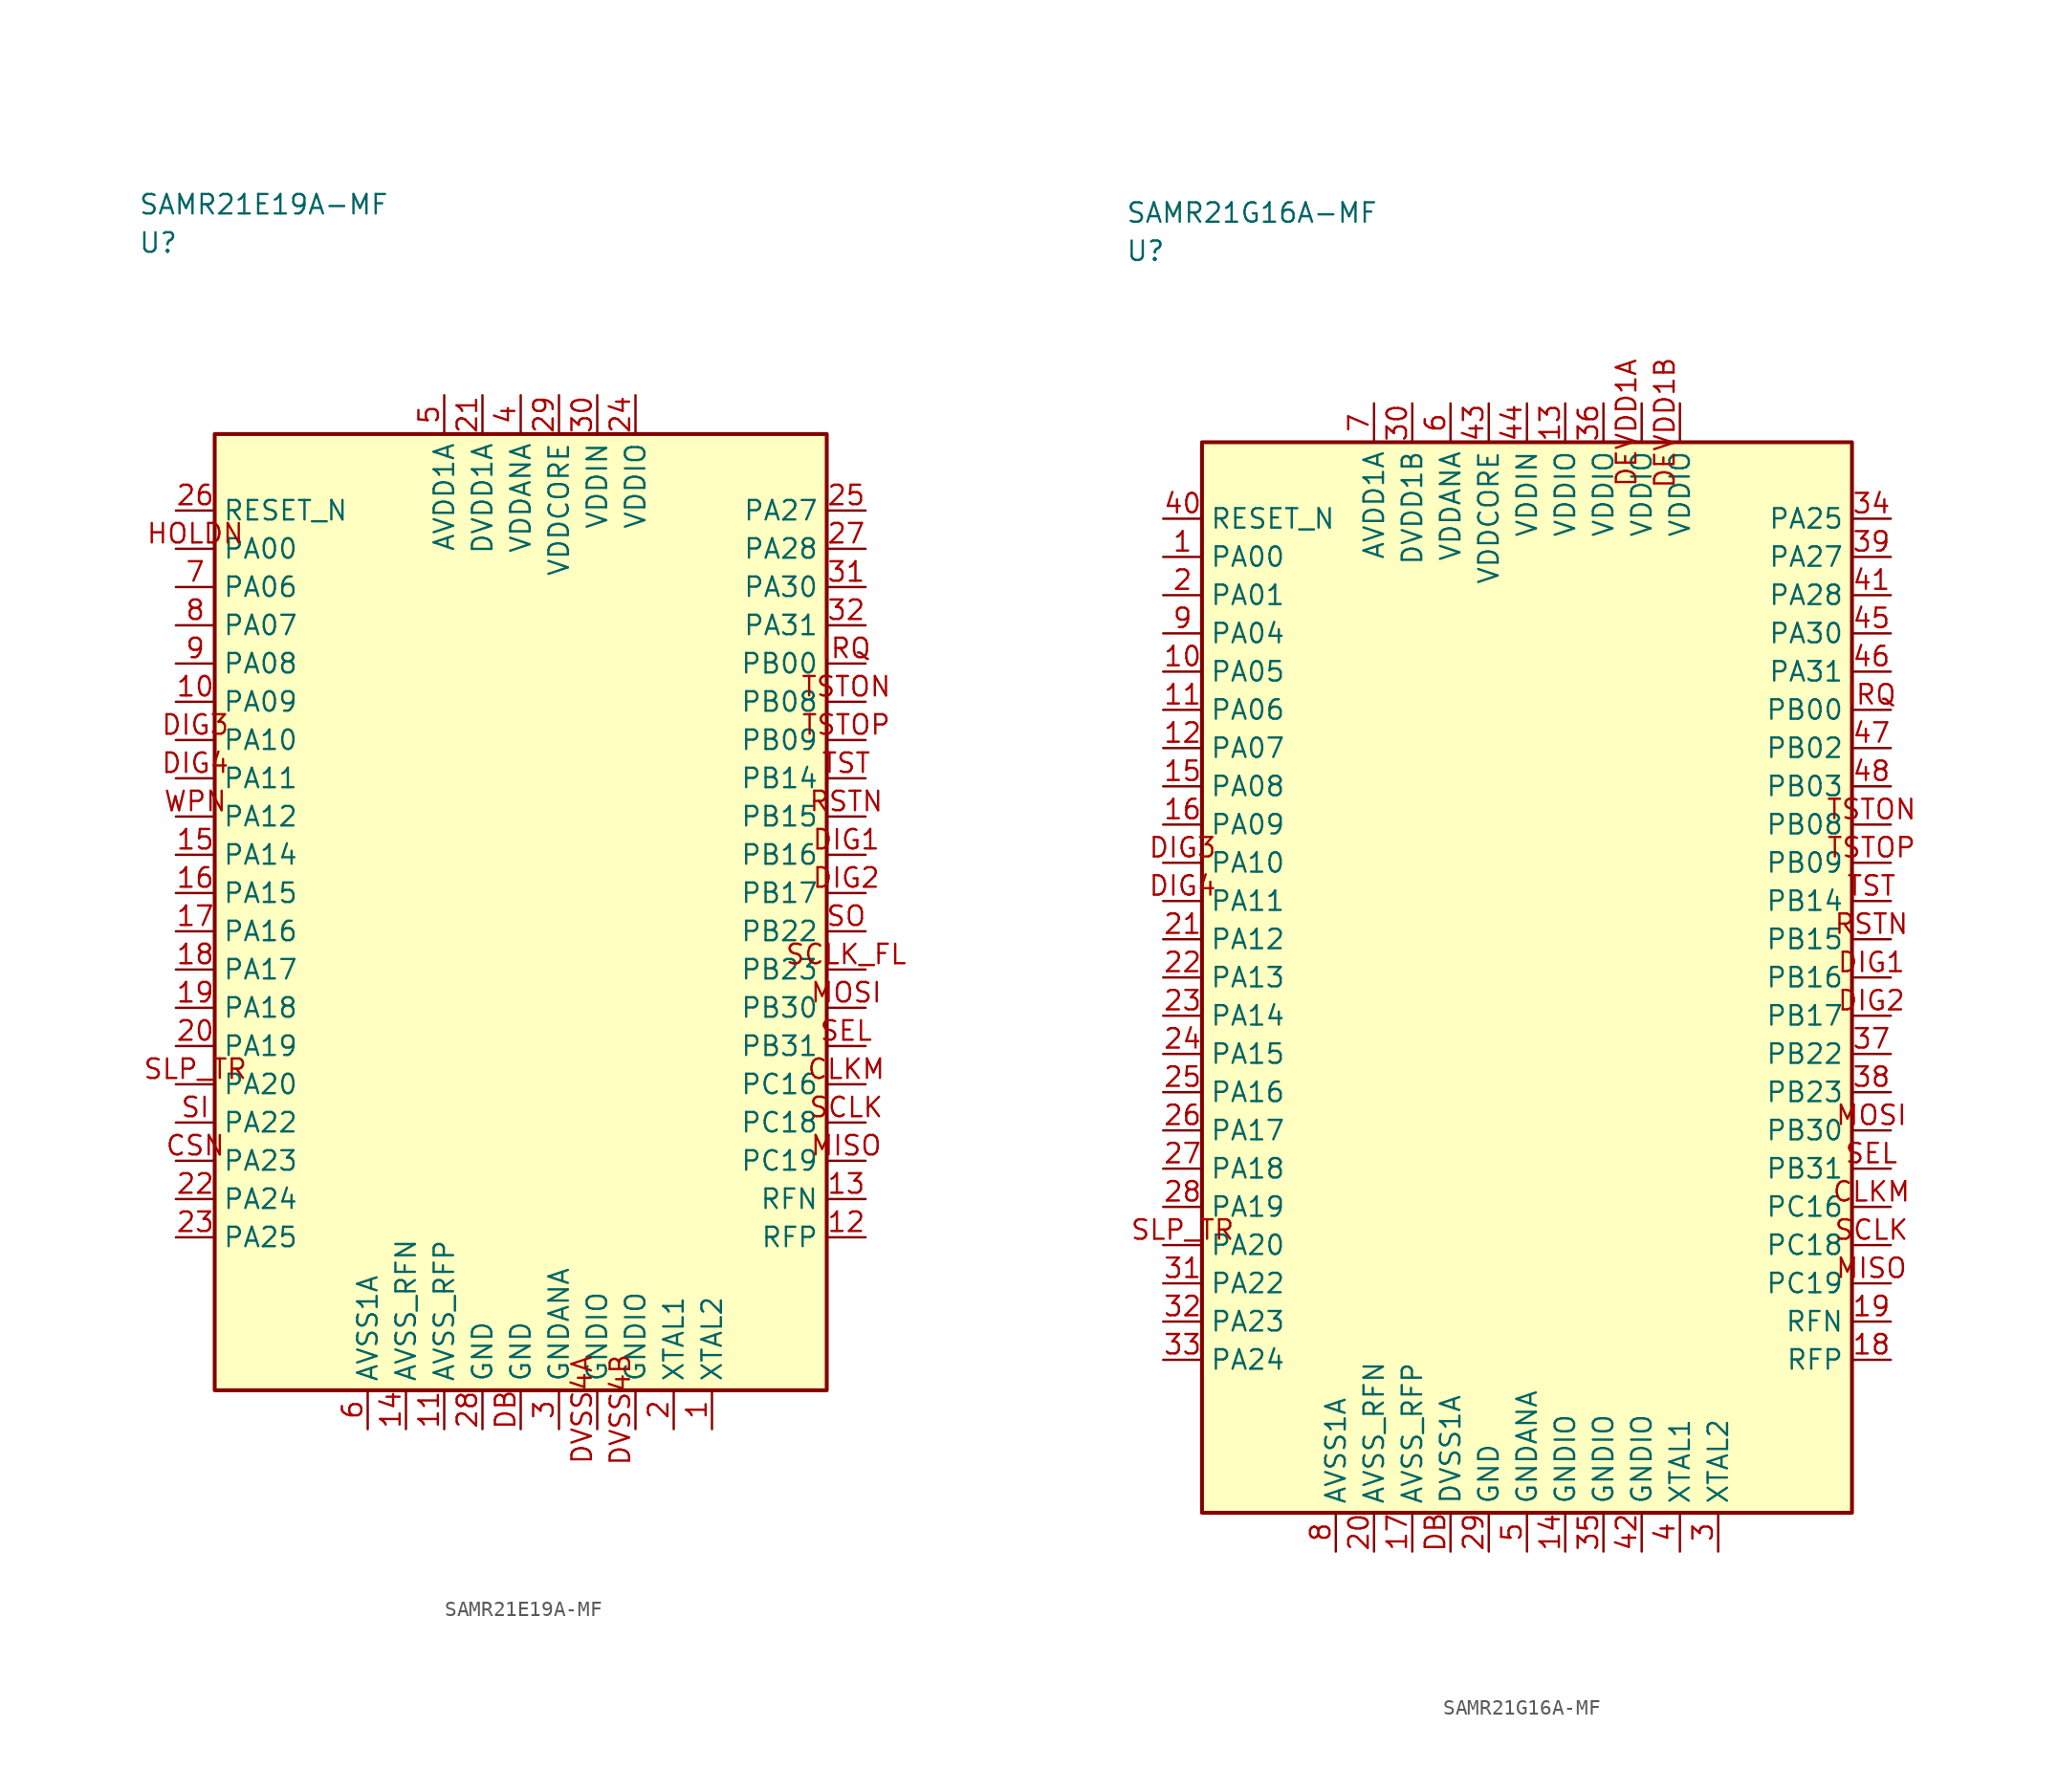
<source format=kicad_sym>
(kicad_symbol_lib
  (version 20241025)
  (generator "kicad_symbol_editor")
  (generator_version "8.0")
  (symbol "SAMR21E19A-MF"
    (property "Reference" "U"
      (at -25.0 43.75 0)
      (effects (font (size 1.27 1.27)) (justify left)))
    (property "Value" "SAMR21E19A-MF"
      (at -25.0 46.25 0)
      (effects (font (size 1.27 1.27)) (justify left)))
    (symbol "SAMR21E19A-MF_0_1"
      (rectangle (start -20.0 31.25) (end 20.0 -31.25) (stroke (width 0.254) (type default)) (fill (type background))))
    (symbol "SAMR21E19A-MF_1_1"
      (pin passive line (at 12.5 -33.79 90.0) (length 2.54) (name "XTAL2" (effects (font (size 1.27 1.27)))) (number "1" (effects (font (size 1.27 1.27)))))
      (pin passive line (at 10.0 -33.79 90.0) (length 2.54) (name "XTAL1" (effects (font (size 1.27 1.27)))) (number "2" (effects (font (size 1.27 1.27)))))
      (pin passive line (at 2.5 -33.79 90.0) (length 2.54) (name "GNDANA" (effects (font (size 1.27 1.27)))) (number "3" (effects (font (size 1.27 1.27)))))
      (pin power_in line (at 0.0 33.79 270.0) (length 2.54) (name "VDDANA" (effects (font (size 1.27 1.27)))) (number "4" (effects (font (size 1.27 1.27)))))
      (pin power_in line (at -5.0 33.79 270.0) (length 2.54) (name "AVDD1A" (effects (font (size 1.27 1.27)))) (number "5" (effects (font (size 1.27 1.27)))))
      (pin passive line (at -10.0 -33.79 90.0) (length 2.54) (name "AVSS1A" (effects (font (size 1.27 1.27)))) (number "6" (effects (font (size 1.27 1.27)))))
      (pin bidirectional line (at -22.54 21.25 0.0) (length 2.54) (name "PA06" (effects (font (size 1.27 1.27)))) (number "7" (effects (font (size 1.27 1.27)))))
      (pin bidirectional line (at -22.54 18.75 0.0) (length 2.54) (name "PA07" (effects (font (size 1.27 1.27)))) (number "8" (effects (font (size 1.27 1.27)))))
      (pin bidirectional line (at -22.54 16.25 0.0) (length 2.54) (name "PA08" (effects (font (size 1.27 1.27)))) (number "9" (effects (font (size 1.27 1.27)))))
      (pin bidirectional line (at -22.54 13.75 0.0) (length 2.54) (name "PA09" (effects (font (size 1.27 1.27)))) (number "10" (effects (font (size 1.27 1.27)))))
      (pin passive line (at -5.0 -33.79 90.0) (length 2.54) (name "AVSS_RFP" (effects (font (size 1.27 1.27)))) (number "11" (effects (font (size 1.27 1.27)))))
      (pin bidirectional line (at 22.54 -21.25 180.0) (length 2.54) (name "RFP" (effects (font (size 1.27 1.27)))) (number "12" (effects (font (size 1.27 1.27)))))
      (pin bidirectional line (at 22.54 -18.75 180.0) (length 2.54) (name "RFN" (effects (font (size 1.27 1.27)))) (number "13" (effects (font (size 1.27 1.27)))))
      (pin passive line (at -7.5 -33.79 90.0) (length 2.54) (name "AVSS_RFN" (effects (font (size 1.27 1.27)))) (number "14" (effects (font (size 1.27 1.27)))))
      (pin bidirectional line (at -22.54 3.75 0.0) (length 2.54) (name "PA14" (effects (font (size 1.27 1.27)))) (number "15" (effects (font (size 1.27 1.27)))))
      (pin bidirectional line (at -22.54 1.25 0.0) (length 2.54) (name "PA15" (effects (font (size 1.27 1.27)))) (number "16" (effects (font (size 1.27 1.27)))))
      (pin bidirectional line (at -22.54 -1.25 0.0) (length 2.54) (name "PA16" (effects (font (size 1.27 1.27)))) (number "17" (effects (font (size 1.27 1.27)))))
      (pin bidirectional line (at -22.54 -3.75 0.0) (length 2.54) (name "PA17" (effects (font (size 1.27 1.27)))) (number "18" (effects (font (size 1.27 1.27)))))
      (pin bidirectional line (at -22.54 -6.25 0.0) (length 2.54) (name "PA18" (effects (font (size 1.27 1.27)))) (number "19" (effects (font (size 1.27 1.27)))))
      (pin bidirectional line (at -22.54 -8.75 0.0) (length 2.54) (name "PA19" (effects (font (size 1.27 1.27)))) (number "20" (effects (font (size 1.27 1.27)))))
      (pin power_in line (at -2.5 33.79 270.0) (length 2.54) (name "DVDD1A" (effects (font (size 1.27 1.27)))) (number "21" (effects (font (size 1.27 1.27)))))
      (pin bidirectional line (at -22.54 -18.75 0.0) (length 2.54) (name "PA24" (effects (font (size 1.27 1.27)))) (number "22" (effects (font (size 1.27 1.27)))))
      (pin bidirectional line (at -22.54 -21.25 0.0) (length 2.54) (name "PA25" (effects (font (size 1.27 1.27)))) (number "23" (effects (font (size 1.27 1.27)))))
      (pin power_in line (at 7.5 33.79 270.0) (length 2.54) (name "VDDIO" (effects (font (size 1.27 1.27)))) (number "24" (effects (font (size 1.27 1.27)))))
      (pin bidirectional line (at 22.54 26.25 180.0) (length 2.54) (name "PA27" (effects (font (size 1.27 1.27)))) (number "25" (effects (font (size 1.27 1.27)))))
      (pin input line (at -22.54 26.25 0.0) (length 2.54) (name "RESET_N" (effects (font (size 1.27 1.27)))) (number "26" (effects (font (size 1.27 1.27)))))
      (pin bidirectional line (at 22.54 23.75 180.0) (length 2.54) (name "PA28" (effects (font (size 1.27 1.27)))) (number "27" (effects (font (size 1.27 1.27)))))
      (pin passive line (at -2.5 -33.79 90.0) (length 2.54) (name "GND" (effects (font (size 1.27 1.27)))) (number "28" (effects (font (size 1.27 1.27)))))
      (pin power_in line (at 2.5 33.79 270.0) (length 2.54) (name "VDDCORE" (effects (font (size 1.27 1.27)))) (number "29" (effects (font (size 1.27 1.27)))))
      (pin power_in line (at 5.0 33.79 270.0) (length 2.54) (name "VDDIN" (effects (font (size 1.27 1.27)))) (number "30" (effects (font (size 1.27 1.27)))))
      (pin bidirectional line (at 22.54 21.25 180.0) (length 2.54) (name "PA30" (effects (font (size 1.27 1.27)))) (number "31" (effects (font (size 1.27 1.27)))))
      (pin bidirectional line (at 22.54 18.75 180.0) (length 2.54) (name "PA31" (effects (font (size 1.27 1.27)))) (number "32" (effects (font (size 1.27 1.27)))))
      (pin bidirectional line (at 22.54 -11.25 180.0) (length 2.54) (name "PC16" (effects (font (size 1.27 1.27)))) (number "CLKM" (effects (font (size 1.27 1.27)))))
      (pin bidirectional line (at -22.54 -16.25 0.0) (length 2.54) (name "PA23" (effects (font (size 1.27 1.27)))) (number "CSN" (effects (font (size 1.27 1.27)))))
      (pin passive line (at 0.0 -33.79 90.0) (length 2.54) (name "GND" (effects (font (size 1.27 1.27)))) (number "DB" (effects (font (size 1.27 1.27)))))
      (pin bidirectional line (at 22.54 3.75 180.0) (length 2.54) (name "PB16" (effects (font (size 1.27 1.27)))) (number "DIG1" (effects (font (size 1.27 1.27)))))
      (pin bidirectional line (at 22.54 1.25 180.0) (length 2.54) (name "PB17" (effects (font (size 1.27 1.27)))) (number "DIG2" (effects (font (size 1.27 1.27)))))
      (pin bidirectional line (at -22.54 11.25 0.0) (length 2.54) (name "PA10" (effects (font (size 1.27 1.27)))) (number "DIG3" (effects (font (size 1.27 1.27)))))
      (pin bidirectional line (at -22.54 8.75 0.0) (length 2.54) (name "PA11" (effects (font (size 1.27 1.27)))) (number "DIG4" (effects (font (size 1.27 1.27)))))
      (pin passive line (at 5.0 -33.79 90.0) (length 2.54) (name "GNDIO" (effects (font (size 1.27 1.27)))) (number "DVSS4A" (effects (font (size 1.27 1.27)))))
      (pin passive line (at 7.5 -33.79 90.0) (length 2.54) (name "GNDIO" (effects (font (size 1.27 1.27)))) (number "DVSS4B" (effects (font (size 1.27 1.27)))))
      (pin bidirectional line (at -22.54 23.75 0.0) (length 2.54) (name "PA00" (effects (font (size 1.27 1.27)))) (number "HOLDN" (effects (font (size 1.27 1.27)))))
      (pin bidirectional line (at 22.54 16.25 180.0) (length 2.54) (name "PB00" (effects (font (size 1.27 1.27)))) (number "IRQ" (effects (font (size 1.27 1.27)))))
      (pin bidirectional line (at 22.54 -16.25 180.0) (length 2.54) (name "PC19" (effects (font (size 1.27 1.27)))) (number "MISO" (effects (font (size 1.27 1.27)))))
      (pin bidirectional line (at 22.54 -6.25 180.0) (length 2.54) (name "PB30" (effects (font (size 1.27 1.27)))) (number "MOSI" (effects (font (size 1.27 1.27)))))
      (pin bidirectional line (at 22.54 6.25 180.0) (length 2.54) (name "PB15" (effects (font (size 1.27 1.27)))) (number "RSTN" (effects (font (size 1.27 1.27)))))
      (pin bidirectional line (at 22.54 -13.75 180.0) (length 2.54) (name "PC18" (effects (font (size 1.27 1.27)))) (number "SCLK" (effects (font (size 1.27 1.27)))))
      (pin bidirectional line (at 22.54 -3.75 180.0) (length 2.54) (name "PB23" (effects (font (size 1.27 1.27)))) (number "SCLK_FL" (effects (font (size 1.27 1.27)))))
      (pin bidirectional line (at 22.54 -8.75 180.0) (length 2.54) (name "PB31" (effects (font (size 1.27 1.27)))) (number "SEL" (effects (font (size 1.27 1.27)))))
      (pin bidirectional line (at -22.54 -13.75 0.0) (length 2.54) (name "PA22" (effects (font (size 1.27 1.27)))) (number "SI" (effects (font (size 1.27 1.27)))))
      (pin bidirectional line (at -22.54 -11.25 0.0) (length 2.54) (name "PA20" (effects (font (size 1.27 1.27)))) (number "SLP_TR" (effects (font (size 1.27 1.27)))))
      (pin bidirectional line (at 22.54 -1.25 180.0) (length 2.54) (name "PB22" (effects (font (size 1.27 1.27)))) (number "SO" (effects (font (size 1.27 1.27)))))
      (pin bidirectional line (at 22.54 8.75 180.0) (length 2.54) (name "PB14" (effects (font (size 1.27 1.27)))) (number "TST" (effects (font (size 1.27 1.27)))))
      (pin bidirectional line (at 22.54 13.75 180.0) (length 2.54) (name "PB08" (effects (font (size 1.27 1.27)))) (number "TSTON" (effects (font (size 1.27 1.27)))))
      (pin bidirectional line (at 22.54 11.25 180.0) (length 2.54) (name "PB09" (effects (font (size 1.27 1.27)))) (number "TSTOP" (effects (font (size 1.27 1.27)))))
      (pin bidirectional line (at -22.54 6.25 0.0) (length 2.54) (name "PA12" (effects (font (size 1.27 1.27)))) (number "WPN" (effects (font (size 1.27 1.27)))))))
  (symbol "SAMR21G16A-MF"
    (property "Reference" "U"
      (at -26.25 47.5 0)
      (effects (font (size 1.27 1.27)) (justify left)))
    (property "Value" "SAMR21G16A-MF"
      (at -26.25 50.0 0)
      (effects (font (size 1.27 1.27)) (justify left)))
    (symbol "SAMR21G16A-MF_0_1"
      (rectangle (start -21.25 35.0) (end 21.25 -35.0) (stroke (width 0.254) (type default)) (fill (type background))))
    (symbol "SAMR21G16A-MF_1_1"
      (pin bidirectional line (at -23.79 27.5 0.0) (length 2.54) (name "PA00" (effects (font (size 1.27 1.27)))) (number "1" (effects (font (size 1.27 1.27)))))
      (pin bidirectional line (at -23.79 25.0 0.0) (length 2.54) (name "PA01" (effects (font (size 1.27 1.27)))) (number "2" (effects (font (size 1.27 1.27)))))
      (pin passive line (at 12.5 -37.54 90.0) (length 2.54) (name "XTAL2" (effects (font (size 1.27 1.27)))) (number "3" (effects (font (size 1.27 1.27)))))
      (pin passive line (at 10.0 -37.54 90.0) (length 2.54) (name "XTAL1" (effects (font (size 1.27 1.27)))) (number "4" (effects (font (size 1.27 1.27)))))
      (pin passive line (at 0.0 -37.54 90.0) (length 2.54) (name "GNDANA" (effects (font (size 1.27 1.27)))) (number "5" (effects (font (size 1.27 1.27)))))
      (pin power_in line (at -5.0 37.54 270.0) (length 2.54) (name "VDDANA" (effects (font (size 1.27 1.27)))) (number "6" (effects (font (size 1.27 1.27)))))
      (pin power_in line (at -10.0 37.54 270.0) (length 2.54) (name "AVDD1A" (effects (font (size 1.27 1.27)))) (number "7" (effects (font (size 1.27 1.27)))))
      (pin passive line (at -12.5 -37.54 90.0) (length 2.54) (name "AVSS1A" (effects (font (size 1.27 1.27)))) (number "8" (effects (font (size 1.27 1.27)))))
      (pin bidirectional line (at -23.79 22.5 0.0) (length 2.54) (name "PA04" (effects (font (size 1.27 1.27)))) (number "9" (effects (font (size 1.27 1.27)))))
      (pin bidirectional line (at -23.79 20.0 0.0) (length 2.54) (name "PA05" (effects (font (size 1.27 1.27)))) (number "10" (effects (font (size 1.27 1.27)))))
      (pin bidirectional line (at -23.79 17.5 0.0) (length 2.54) (name "PA06" (effects (font (size 1.27 1.27)))) (number "11" (effects (font (size 1.27 1.27)))))
      (pin bidirectional line (at -23.79 15.0 0.0) (length 2.54) (name "PA07" (effects (font (size 1.27 1.27)))) (number "12" (effects (font (size 1.27 1.27)))))
      (pin power_in line (at 2.5 37.54 270.0) (length 2.54) (name "VDDIO" (effects (font (size 1.27 1.27)))) (number "13" (effects (font (size 1.27 1.27)))))
      (pin passive line (at 2.5 -37.54 90.0) (length 2.54) (name "GNDIO" (effects (font (size 1.27 1.27)))) (number "14" (effects (font (size 1.27 1.27)))))
      (pin bidirectional line (at -23.79 12.5 0.0) (length 2.54) (name "PA08" (effects (font (size 1.27 1.27)))) (number "15" (effects (font (size 1.27 1.27)))))
      (pin bidirectional line (at -23.79 10.0 0.0) (length 2.54) (name "PA09" (effects (font (size 1.27 1.27)))) (number "16" (effects (font (size 1.27 1.27)))))
      (pin passive line (at -7.5 -37.54 90.0) (length 2.54) (name "AVSS_RFP" (effects (font (size 1.27 1.27)))) (number "17" (effects (font (size 1.27 1.27)))))
      (pin bidirectional line (at 23.79 -25.0 180.0) (length 2.54) (name "RFP" (effects (font (size 1.27 1.27)))) (number "18" (effects (font (size 1.27 1.27)))))
      (pin bidirectional line (at 23.79 -22.5 180.0) (length 2.54) (name "RFN" (effects (font (size 1.27 1.27)))) (number "19" (effects (font (size 1.27 1.27)))))
      (pin passive line (at -10.0 -37.54 90.0) (length 2.54) (name "AVSS_RFN" (effects (font (size 1.27 1.27)))) (number "20" (effects (font (size 1.27 1.27)))))
      (pin bidirectional line (at -23.79 2.5 0.0) (length 2.54) (name "PA12" (effects (font (size 1.27 1.27)))) (number "21" (effects (font (size 1.27 1.27)))))
      (pin bidirectional line (at -23.79 0.0 0.0) (length 2.54) (name "PA13" (effects (font (size 1.27 1.27)))) (number "22" (effects (font (size 1.27 1.27)))))
      (pin bidirectional line (at -23.79 -2.5 0.0) (length 2.54) (name "PA14" (effects (font (size 1.27 1.27)))) (number "23" (effects (font (size 1.27 1.27)))))
      (pin bidirectional line (at -23.79 -5.0 0.0) (length 2.54) (name "PA15" (effects (font (size 1.27 1.27)))) (number "24" (effects (font (size 1.27 1.27)))))
      (pin bidirectional line (at -23.79 -7.5 0.0) (length 2.54) (name "PA16" (effects (font (size 1.27 1.27)))) (number "25" (effects (font (size 1.27 1.27)))))
      (pin bidirectional line (at -23.79 -10.0 0.0) (length 2.54) (name "PA17" (effects (font (size 1.27 1.27)))) (number "26" (effects (font (size 1.27 1.27)))))
      (pin bidirectional line (at -23.79 -12.5 0.0) (length 2.54) (name "PA18" (effects (font (size 1.27 1.27)))) (number "27" (effects (font (size 1.27 1.27)))))
      (pin bidirectional line (at -23.79 -15.0 0.0) (length 2.54) (name "PA19" (effects (font (size 1.27 1.27)))) (number "28" (effects (font (size 1.27 1.27)))))
      (pin passive line (at -2.5 -37.54 90.0) (length 2.54) (name "GND" (effects (font (size 1.27 1.27)))) (number "29" (effects (font (size 1.27 1.27)))))
      (pin power_in line (at -7.5 37.54 270.0) (length 2.54) (name "DVDD1B" (effects (font (size 1.27 1.27)))) (number "30" (effects (font (size 1.27 1.27)))))
      (pin bidirectional line (at -23.79 -20.0 0.0) (length 2.54) (name "PA22" (effects (font (size 1.27 1.27)))) (number "31" (effects (font (size 1.27 1.27)))))
      (pin bidirectional line (at -23.79 -22.5 0.0) (length 2.54) (name "PA23" (effects (font (size 1.27 1.27)))) (number "32" (effects (font (size 1.27 1.27)))))
      (pin bidirectional line (at -23.79 -25.0 0.0) (length 2.54) (name "PA24" (effects (font (size 1.27 1.27)))) (number "33" (effects (font (size 1.27 1.27)))))
      (pin bidirectional line (at 23.79 30.0 180.0) (length 2.54) (name "PA25" (effects (font (size 1.27 1.27)))) (number "34" (effects (font (size 1.27 1.27)))))
      (pin passive line (at 5.0 -37.54 90.0) (length 2.54) (name "GNDIO" (effects (font (size 1.27 1.27)))) (number "35" (effects (font (size 1.27 1.27)))))
      (pin power_in line (at 5.0 37.54 270.0) (length 2.54) (name "VDDIO" (effects (font (size 1.27 1.27)))) (number "36" (effects (font (size 1.27 1.27)))))
      (pin bidirectional line (at 23.79 -5.0 180.0) (length 2.54) (name "PB22" (effects (font (size 1.27 1.27)))) (number "37" (effects (font (size 1.27 1.27)))))
      (pin bidirectional line (at 23.79 -7.5 180.0) (length 2.54) (name "PB23" (effects (font (size 1.27 1.27)))) (number "38" (effects (font (size 1.27 1.27)))))
      (pin bidirectional line (at 23.79 27.5 180.0) (length 2.54) (name "PA27" (effects (font (size 1.27 1.27)))) (number "39" (effects (font (size 1.27 1.27)))))
      (pin input line (at -23.79 30.0 0.0) (length 2.54) (name "RESET_N" (effects (font (size 1.27 1.27)))) (number "40" (effects (font (size 1.27 1.27)))))
      (pin bidirectional line (at 23.79 25.0 180.0) (length 2.54) (name "PA28" (effects (font (size 1.27 1.27)))) (number "41" (effects (font (size 1.27 1.27)))))
      (pin passive line (at 7.5 -37.54 90.0) (length 2.54) (name "GNDIO" (effects (font (size 1.27 1.27)))) (number "42" (effects (font (size 1.27 1.27)))))
      (pin power_in line (at -2.5 37.54 270.0) (length 2.54) (name "VDDCORE" (effects (font (size 1.27 1.27)))) (number "43" (effects (font (size 1.27 1.27)))))
      (pin power_in line (at 0.0 37.54 270.0) (length 2.54) (name "VDDIN" (effects (font (size 1.27 1.27)))) (number "44" (effects (font (size 1.27 1.27)))))
      (pin bidirectional line (at 23.79 22.5 180.0) (length 2.54) (name "PA30" (effects (font (size 1.27 1.27)))) (number "45" (effects (font (size 1.27 1.27)))))
      (pin bidirectional line (at 23.79 20.0 180.0) (length 2.54) (name "PA31" (effects (font (size 1.27 1.27)))) (number "46" (effects (font (size 1.27 1.27)))))
      (pin bidirectional line (at 23.79 15.0 180.0) (length 2.54) (name "PB02" (effects (font (size 1.27 1.27)))) (number "47" (effects (font (size 1.27 1.27)))))
      (pin bidirectional line (at 23.79 12.5 180.0) (length 2.54) (name "PB03" (effects (font (size 1.27 1.27)))) (number "48" (effects (font (size 1.27 1.27)))))
      (pin bidirectional line (at 23.79 -15.0 180.0) (length 2.54) (name "PC16" (effects (font (size 1.27 1.27)))) (number "CLKM" (effects (font (size 1.27 1.27)))))
      (pin passive line (at -5.0 -37.54 90.0) (length 2.54) (name "DVSS1A" (effects (font (size 1.27 1.27)))) (number "DB" (effects (font (size 1.27 1.27)))))
      (pin power_in line (at 7.5 37.54 270.0) (length 2.54) (name "VDDIO" (effects (font (size 1.27 1.27)))) (number "DEVDD1A" (effects (font (size 1.27 1.27)))))
      (pin power_in line (at 10.0 37.54 270.0) (length 2.54) (name "VDDIO" (effects (font (size 1.27 1.27)))) (number "DEVDD1B" (effects (font (size 1.27 1.27)))))
      (pin bidirectional line (at 23.79 0.0 180.0) (length 2.54) (name "PB16" (effects (font (size 1.27 1.27)))) (number "DIG1" (effects (font (size 1.27 1.27)))))
      (pin bidirectional line (at 23.79 -2.5 180.0) (length 2.54) (name "PB17" (effects (font (size 1.27 1.27)))) (number "DIG2" (effects (font (size 1.27 1.27)))))
      (pin bidirectional line (at -23.79 7.5 0.0) (length 2.54) (name "PA10" (effects (font (size 1.27 1.27)))) (number "DIG3" (effects (font (size 1.27 1.27)))))
      (pin bidirectional line (at -23.79 5.0 0.0) (length 2.54) (name "PA11" (effects (font (size 1.27 1.27)))) (number "DIG4" (effects (font (size 1.27 1.27)))))
      (pin bidirectional line (at 23.79 17.5 180.0) (length 2.54) (name "PB00" (effects (font (size 1.27 1.27)))) (number "IRQ" (effects (font (size 1.27 1.27)))))
      (pin bidirectional line (at 23.79 -20.0 180.0) (length 2.54) (name "PC19" (effects (font (size 1.27 1.27)))) (number "MISO" (effects (font (size 1.27 1.27)))))
      (pin bidirectional line (at 23.79 -10.0 180.0) (length 2.54) (name "PB30" (effects (font (size 1.27 1.27)))) (number "MOSI" (effects (font (size 1.27 1.27)))))
      (pin bidirectional line (at 23.79 2.5 180.0) (length 2.54) (name "PB15" (effects (font (size 1.27 1.27)))) (number "RSTN" (effects (font (size 1.27 1.27)))))
      (pin bidirectional line (at 23.79 -17.5 180.0) (length 2.54) (name "PC18" (effects (font (size 1.27 1.27)))) (number "SCLK" (effects (font (size 1.27 1.27)))))
      (pin bidirectional line (at 23.79 -12.5 180.0) (length 2.54) (name "PB31" (effects (font (size 1.27 1.27)))) (number "SEL" (effects (font (size 1.27 1.27)))))
      (pin bidirectional line (at -23.79 -17.5 0.0) (length 2.54) (name "PA20" (effects (font (size 1.27 1.27)))) (number "SLP_TR" (effects (font (size 1.27 1.27)))))
      (pin bidirectional line (at 23.79 5.0 180.0) (length 2.54) (name "PB14" (effects (font (size 1.27 1.27)))) (number "TST" (effects (font (size 1.27 1.27)))))
      (pin bidirectional line (at 23.79 10.0 180.0) (length 2.54) (name "PB08" (effects (font (size 1.27 1.27)))) (number "TSTON" (effects (font (size 1.27 1.27)))))
      (pin bidirectional line (at 23.79 7.5 180.0) (length 2.54) (name "PB09" (effects (font (size 1.27 1.27)))) (number "TSTOP" (effects (font (size 1.27 1.27))))))))
</source>
